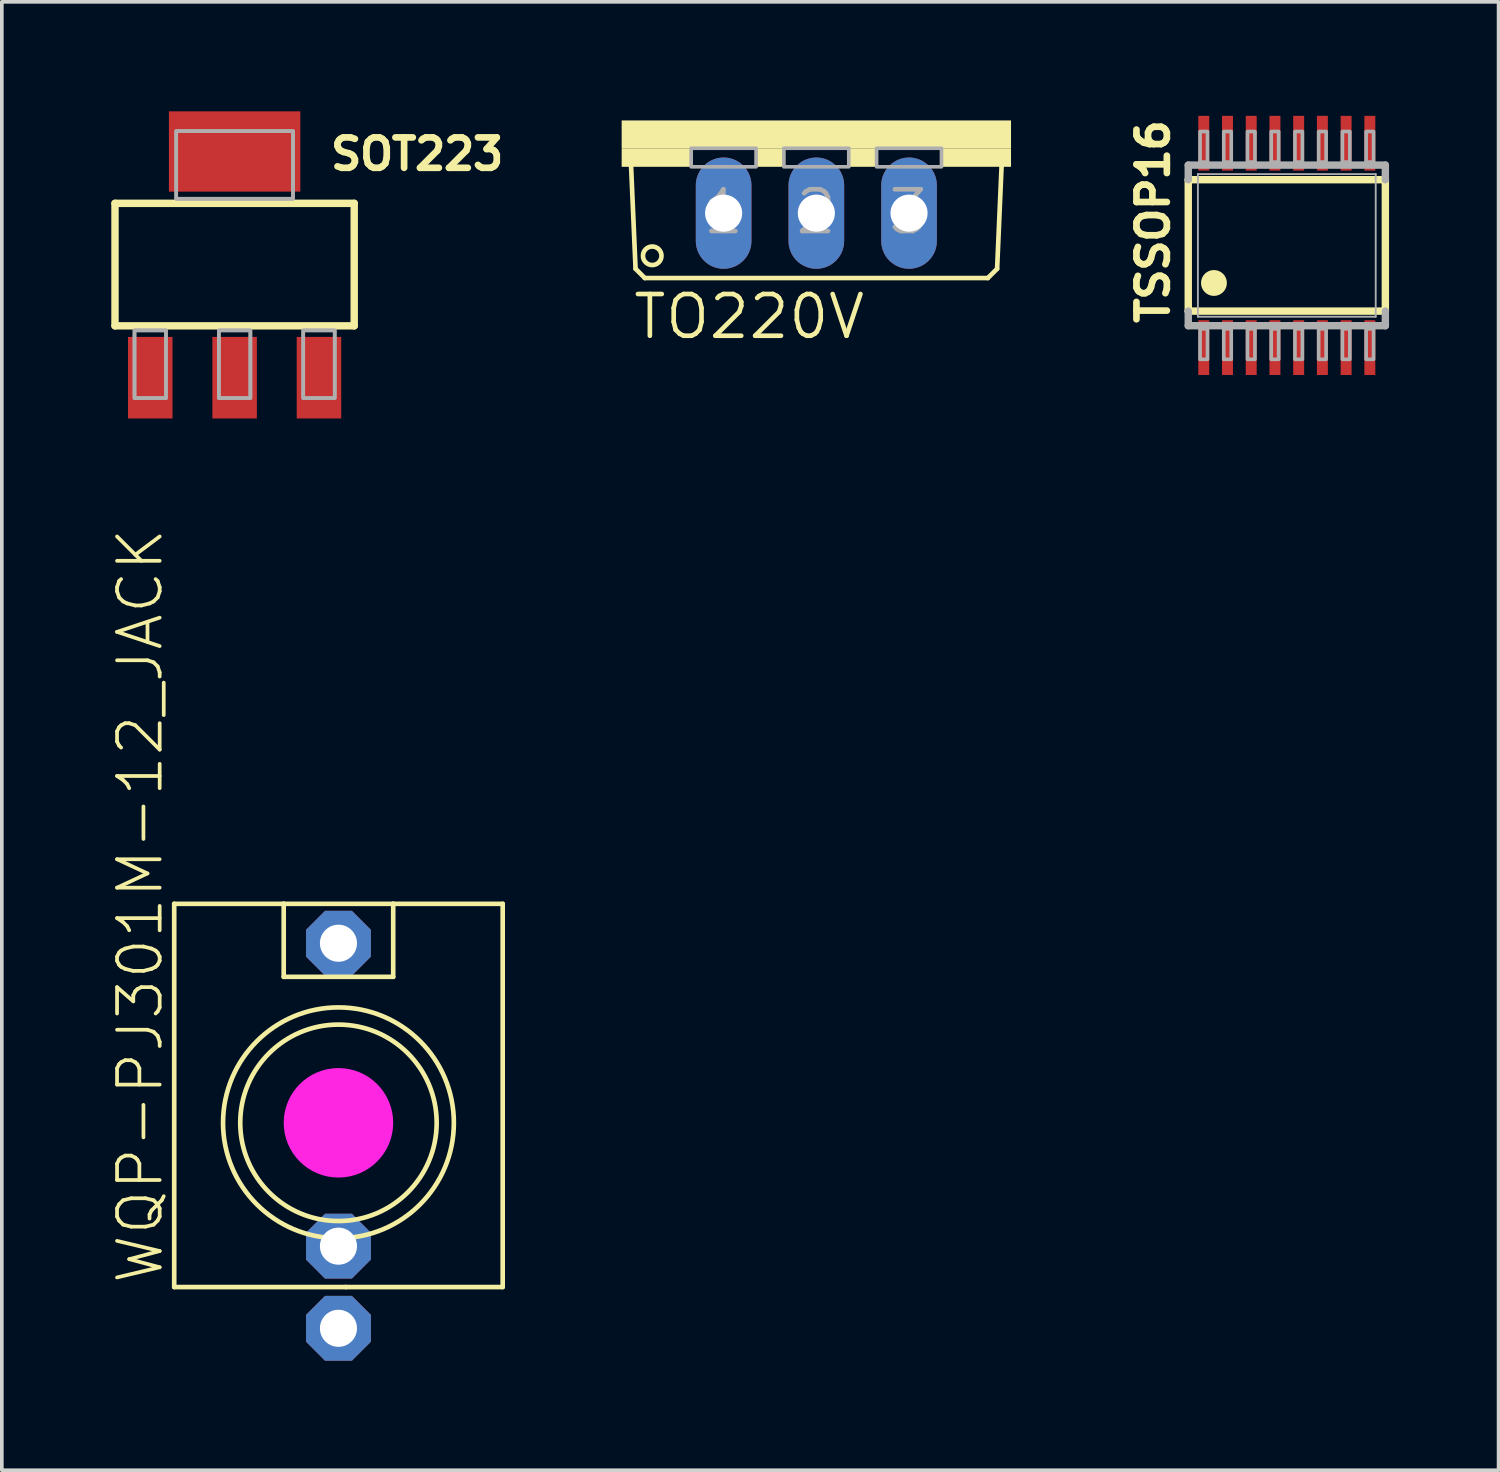
<source format=kicad_pcb>
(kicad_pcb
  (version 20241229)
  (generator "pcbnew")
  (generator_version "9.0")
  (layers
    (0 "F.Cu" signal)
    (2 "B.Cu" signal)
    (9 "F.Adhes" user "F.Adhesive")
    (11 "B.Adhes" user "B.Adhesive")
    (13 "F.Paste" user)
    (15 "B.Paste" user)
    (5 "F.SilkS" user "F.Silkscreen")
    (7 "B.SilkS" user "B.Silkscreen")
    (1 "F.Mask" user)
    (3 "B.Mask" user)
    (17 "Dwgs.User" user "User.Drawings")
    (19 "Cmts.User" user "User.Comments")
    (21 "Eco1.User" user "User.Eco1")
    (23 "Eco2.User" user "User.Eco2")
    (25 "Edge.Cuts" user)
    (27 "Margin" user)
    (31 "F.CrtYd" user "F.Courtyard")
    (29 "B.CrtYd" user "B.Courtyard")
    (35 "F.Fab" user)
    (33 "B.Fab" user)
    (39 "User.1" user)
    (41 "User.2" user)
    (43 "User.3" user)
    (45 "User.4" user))
  (footprint "TO220V"
    (layer "F.Cu")
    (at 19.316 0.25)
    (property "Reference" "TO220V" (at -5.08 6.045 0) (layer "F.SilkS") (effects (font (size 1.143 1.143) (thickness 0.127)) (justify left bottom)))
    (fp_line (start -4.953 4.064) (end -5.08 1.143) (stroke (width 0.127) (type solid)) (layer "F.SilkS"))
    (fp_line (start -4.953 4.064) (end -4.699 4.318) (stroke (width 0.127) (type solid)) (layer "F.SilkS"))
    (fp_line (start 4.699 4.318) (end -4.699 4.318) (stroke (width 0.127) (type solid)) (layer "F.SilkS"))
    (fp_line (start 4.699 4.318) (end 4.953 4.064) (stroke (width 0.127) (type solid)) (layer "F.SilkS"))
    (fp_line (start 5.08 1.143) (end 4.953 4.064) (stroke (width 0.127) (type solid)) (layer "F.SilkS"))
    (fp_circle (center -4.496 3.708) (end -4.242 3.708) (stroke (width 0.127) (type solid)) (fill no) (layer "F.SilkS"))
    (fp_poly (pts (xy -5.334 0.762) (xy 5.334 0.762) (xy 5.334 0) (xy -5.334 0)) (stroke (width 0) (type solid)) (fill yes) (layer "F.SilkS"))
    (fp_poly (pts (xy -5.334 1.27) (xy -3.429 1.27) (xy -3.429 0.762) (xy -5.334 0.762)) (stroke (width 0) (type solid)) (fill yes) (layer "F.SilkS"))
    (fp_poly (pts (xy -1.651 1.27) (xy -0.889 1.27) (xy -0.889 0.762) (xy -1.651 0.762)) (stroke (width 0) (type solid)) (fill yes) (layer "F.SilkS"))
    (fp_poly (pts (xy 0.889 1.27) (xy 1.651 1.27) (xy 1.651 0.762) (xy 0.889 0.762)) (stroke (width 0) (type solid)) (fill yes) (layer "F.SilkS"))
    (fp_poly (pts (xy 3.429 1.27) (xy 5.334 1.27) (xy 5.334 0.762) (xy 3.429 0.762)) (stroke (width 0) (type solid)) (fill yes) (layer "F.SilkS"))
    (fp_poly (pts (xy -3.429 1.27) (xy -1.651 1.27) (xy -1.651 0.762) (xy -3.429 0.762)) (stroke (width 0.1) (type solid)) (fill no) (layer "F.Fab"))
    (fp_poly (pts (xy -0.889 1.27) (xy 0.889 1.27) (xy 0.889 0.762) (xy -0.889 0.762)) (stroke (width 0.1) (type solid)) (fill no) (layer "F.Fab"))
    (fp_poly (pts (xy 1.651 1.27) (xy 3.429 1.27) (xy 3.429 0.762) (xy 1.651 0.762)) (stroke (width 0.1) (type solid)) (fill no) (layer "F.Fab"))
    (fp_text user "3" (at 1.905 3.175 0) (layer "F.Fab") (effects (font (size 1.143 1.143) (thickness 0.127)) (justify left bottom)))
    (fp_text user "2" (at -0.635 3.175 0) (layer "F.Fab") (effects (font (size 1.143 1.143) (thickness 0.127)) (justify left bottom)))
    (fp_text user "1" (at -3.175 3.175 0) (layer "F.Fab") (effects (font (size 1.143 1.143) (thickness 0.127)) (justify left bottom)))
    (pad "1" thru_hole oval (at -2.54 2.54 90) (size 3.048 1.524) (drill 1.016) (layers "*.Cu" "*.Mask"))
    (pad "2" thru_hole oval (at 0 2.54 90) (size 3.048 1.524) (drill 1.016) (layers "*.Cu" "*.Mask"))
    (pad "3" thru_hole oval (at 2.54 2.54 90) (size 3.048 1.524) (drill 1.016) (layers "*.Cu" "*.Mask")))
  (footprint "TSSOP16"
    (layer "F.Cu")
    (at 32.206 3.674)
    (property "Reference" "TSSOP16" (at -3.175 2.223 90) (layer "F.SilkS") (effects (font (size 0.833 0.833) (thickness 0.183)) (justify left bottom)))
    (fp_line (start -2.7 1.8) (end -2.7 -1.8) (stroke (width 0.203) (type solid)) (layer "F.SilkS"))
    (fp_line (start 2.7 -1.8) (end -2.7 -1.8) (stroke (width 0.203) (type solid)) (layer "F.SilkS"))
    (fp_line (start 2.7 -1.8) (end 2.7 1.8) (stroke (width 0.203) (type solid)) (layer "F.SilkS"))
    (fp_line (start 2.7 1.8) (end -2.7 1.8) (stroke (width 0.203) (type solid)) (layer "F.SilkS"))
    (fp_circle (center -1.996 1.029) (end -1.819 1.029) (stroke (width 0.355) (type solid)) (fill yes) (layer "F.SilkS"))
    (fp_line (start -2.7 -1.8) (end -2.7 -2.2) (stroke (width 0.203) (type solid)) (layer "F.Fab"))
    (fp_line (start -2.7 2.2) (end -2.7 1.8) (stroke (width 0.203) (type solid)) (layer "F.Fab"))
    (fp_line (start -2.7 2.2) (end 2.7 2.2) (stroke (width 0.203) (type solid)) (layer "F.Fab"))
    (fp_line (start -2.436 1.954) (end -2.436 -1.954) (stroke (width 0.051) (type solid)) (layer "F.Fab"))
    (fp_line (start -2.436 1.954) (end 2.436 1.954) (stroke (width 0.051) (type solid)) (layer "F.Fab"))
    (fp_line (start 2.436 -1.954) (end -2.436 -1.954) (stroke (width 0.051) (type solid)) (layer "F.Fab"))
    (fp_line (start 2.436 -1.954) (end 2.436 1.954) (stroke (width 0.051) (type solid)) (layer "F.Fab"))
    (fp_line (start 2.7 -2.2) (end -2.7 -2.2) (stroke (width 0.203) (type solid)) (layer "F.Fab"))
    (fp_line (start 2.7 -2.2) (end 2.7 -1.8) (stroke (width 0.203) (type solid)) (layer "F.Fab"))
    (fp_line (start 2.7 1.8) (end 2.7 2.2) (stroke (width 0.203) (type solid)) (layer "F.Fab"))
    (fp_poly (pts (xy -2.377 -2.283) (xy -2.173 -2.283) (xy -2.173 -3.121) (xy -2.377 -3.121)) (stroke (width 0.1) (type solid)) (fill no) (layer "F.Fab"))
    (fp_poly (pts (xy -2.377 3.121) (xy -2.173 3.121) (xy -2.173 2.283) (xy -2.377 2.283)) (stroke (width 0.1) (type solid)) (fill no) (layer "F.Fab"))
    (fp_poly (pts (xy -1.727 -2.283) (xy -1.523 -2.283) (xy -1.523 -3.121) (xy -1.727 -3.121)) (stroke (width 0.1) (type solid)) (fill no) (layer "F.Fab"))
    (fp_poly (pts (xy -1.727 3.121) (xy -1.523 3.121) (xy -1.523 2.283) (xy -1.727 2.283)) (stroke (width 0.1) (type solid)) (fill no) (layer "F.Fab"))
    (fp_poly (pts (xy -1.077 -2.283) (xy -0.873 -2.283) (xy -0.873 -3.121) (xy -1.077 -3.121)) (stroke (width 0.1) (type solid)) (fill no) (layer "F.Fab"))
    (fp_poly (pts (xy -1.077 3.121) (xy -0.873 3.121) (xy -0.873 2.283) (xy -1.077 2.283)) (stroke (width 0.1) (type solid)) (fill no) (layer "F.Fab"))
    (fp_poly (pts (xy -0.427 -2.283) (xy -0.223 -2.283) (xy -0.223 -3.121) (xy -0.427 -3.121)) (stroke (width 0.1) (type solid)) (fill no) (layer "F.Fab"))
    (fp_poly (pts (xy -0.427 3.121) (xy -0.223 3.121) (xy -0.223 2.283) (xy -0.427 2.283)) (stroke (width 0.1) (type solid)) (fill no) (layer "F.Fab"))
    (fp_poly (pts (xy 0.223 -2.283) (xy 0.427 -2.283) (xy 0.427 -3.121) (xy 0.223 -3.121)) (stroke (width 0.1) (type solid)) (fill no) (layer "F.Fab"))
    (fp_poly (pts (xy 0.223 3.121) (xy 0.427 3.121) (xy 0.427 2.283) (xy 0.223 2.283)) (stroke (width 0.1) (type solid)) (fill no) (layer "F.Fab"))
    (fp_poly (pts (xy 0.873 -2.283) (xy 1.077 -2.283) (xy 1.077 -3.121) (xy 0.873 -3.121)) (stroke (width 0.1) (type solid)) (fill no) (layer "F.Fab"))
    (fp_poly (pts (xy 0.873 3.121) (xy 1.077 3.121) (xy 1.077 2.283) (xy 0.873 2.283)) (stroke (width 0.1) (type solid)) (fill no) (layer "F.Fab"))
    (fp_poly (pts (xy 1.523 -2.283) (xy 1.727 -2.283) (xy 1.727 -3.121) (xy 1.523 -3.121)) (stroke (width 0.1) (type solid)) (fill no) (layer "F.Fab"))
    (fp_poly (pts (xy 1.523 3.121) (xy 1.727 3.121) (xy 1.727 2.283) (xy 1.523 2.283)) (stroke (width 0.1) (type solid)) (fill no) (layer "F.Fab"))
    (fp_poly (pts (xy 2.173 -2.283) (xy 2.377 -2.283) (xy 2.377 -3.121) (xy 2.173 -3.121)) (stroke (width 0.1) (type solid)) (fill no) (layer "F.Fab"))
    (fp_poly (pts (xy 2.173 3.121) (xy 2.377 3.121) (xy 2.377 2.283) (xy 2.173 2.283)) (stroke (width 0.1) (type solid)) (fill no) (layer "F.Fab"))
    (pad "1" smd rect (at -2.275 2.8) (size 0.3 1.5) (layers "F.Cu" "F.Mask" "F.Paste"))
    (pad "2" smd rect (at -1.625 2.8) (size 0.3 1.5) (layers "F.Cu" "F.Mask" "F.Paste"))
    (pad "3" smd rect (at -0.975 2.8) (size 0.3 1.5) (layers "F.Cu" "F.Mask" "F.Paste"))
    (pad "4" smd rect (at -0.325 2.8) (size 0.3 1.5) (layers "F.Cu" "F.Mask" "F.Paste"))
    (pad "5" smd rect (at 0.325 2.8) (size 0.3 1.5) (layers "F.Cu" "F.Mask" "F.Paste"))
    (pad "6" smd rect (at 0.975 2.8) (size 0.3 1.5) (layers "F.Cu" "F.Mask" "F.Paste"))
    (pad "7" smd rect (at 1.625 2.8) (size 0.3 1.5) (layers "F.Cu" "F.Mask" "F.Paste"))
    (pad "8" smd rect (at 2.275 2.8) (size 0.3 1.5) (layers "F.Cu" "F.Mask" "F.Paste"))
    (pad "9" smd rect (at 2.275 -2.8) (size 0.3 1.5) (layers "F.Cu" "F.Mask" "F.Paste"))
    (pad "10" smd rect (at 1.625 -2.8) (size 0.3 1.5) (layers "F.Cu" "F.Mask" "F.Paste"))
    (pad "11" smd rect (at 0.975 -2.8) (size 0.3 1.5) (layers "F.Cu" "F.Mask" "F.Paste"))
    (pad "12" smd rect (at 0.325 -2.8) (size 0.3 1.5) (layers "F.Cu" "F.Mask" "F.Paste"))
    (pad "13" smd rect (at -0.325 -2.8) (size 0.3 1.5) (layers "F.Cu" "F.Mask" "F.Paste"))
    (pad "14" smd rect (at -0.975 -2.8) (size 0.3 1.5) (layers "F.Cu" "F.Mask" "F.Paste"))
    (pad "15" smd rect (at -1.625 -2.8) (size 0.3 1.5) (layers "F.Cu" "F.Mask" "F.Paste"))
    (pad "16" smd rect (at -2.275 -2.8) (size 0.3 1.5) (layers "F.Cu" "F.Mask" "F.Paste")))
  (footprint "WQP-PJ301M-12_JACK"
    (layer "F.Cu")
    (at 6.223 27.713)
    (property "Reference" "WQP-PJ301M-12_JACK" (at -4.75 4.47 90) (layer "F.SilkS") (effects (font (size 1.168 1.168) (thickness 0.102)) (justify left bottom)))
    (fp_circle (center 0 0) (end 0.75 0) (stroke (width 1.5) (type solid)) (fill yes) (layer "F.Mask"))
    (fp_line (start -4.5 -6) (end -4.5 4.5) (stroke (width 0.127) (type solid)) (layer "F.SilkS"))
    (fp_line (start -4.5 -6) (end -1.5 -6) (stroke (width 0.127) (type solid)) (layer "F.SilkS"))
    (fp_line (start -4.5 4.5) (end 0.2 4.5) (stroke (width 0.127) (type solid)) (layer "F.SilkS"))
    (fp_line (start -1.5 -6) (end -1.5 -4) (stroke (width 0.127) (type solid)) (layer "F.SilkS"))
    (fp_line (start -1.5 -6) (end 1.5 -6) (stroke (width 0.127) (type solid)) (layer "F.SilkS"))
    (fp_line (start -1.5 -4) (end 1.5 -4) (stroke (width 0.127) (type solid)) (layer "F.SilkS"))
    (fp_line (start 0.2 4.5) (end 4.5 4.5) (stroke (width 0.127) (type solid)) (layer "F.SilkS"))
    (fp_line (start 1.5 -6) (end 4.5 -6) (stroke (width 0.127) (type solid)) (layer "F.SilkS"))
    (fp_line (start 1.5 -4) (end 1.5 -6) (stroke (width 0.127) (type solid)) (layer "F.SilkS"))
    (fp_line (start 4.5 4.5) (end 4.5 -6) (stroke (width 0.127) (type solid)) (layer "F.SilkS"))
    (fp_circle (center 0 0) (end 2.691 0) (stroke (width 0.127) (type solid)) (fill no) (layer "F.SilkS"))
    (fp_circle (center 0 0) (end 3.162 0) (stroke (width 0.127) (type solid)) (fill no) (layer "F.SilkS"))
    (fp_circle (center 0 0) (end 0.75 0) (stroke (width 1.5) (type solid)) (fill no) (layer "F.CrtYd"))
    (pad "SLEEVE" thru_hole roundrect (at 0 5.63) (size 1.778 1.778) (drill 1.016) (layers "*.Cu" "*.Mask") (roundrect_rratio 0.25) (chamfer_ratio 0.293) (chamfer top_left top_right bottom_left bottom_right))
    (pad "TIP" thru_hole roundrect (at 0 -4.92) (size 1.778 1.778) (drill 1.016) (layers "*.Cu" "*.Mask") (roundrect_rratio 0.25) (chamfer_ratio 0.293) (chamfer top_left top_right bottom_left bottom_right))
    (pad "TS" thru_hole roundrect (at 0 3.38) (size 1.778 1.778) (drill 1.016) (layers "*.Cu" "*.Mask") (roundrect_rratio 0.25) (chamfer_ratio 0.293) (chamfer top_left top_right bottom_left bottom_right)))
  (footprint "SOT223"
    (layer "F.Cu")
    (at 3.378 4.199)
    (property "Reference" "SOT223" (at 2.54 -2.54 0) (layer "F.SilkS") (effects (font (size 0.833 0.833) (thickness 0.183)) (justify left bottom)))
    (fp_line (start -3.277 -1.678) (end 3.277 -1.678) (stroke (width 0.203) (type solid)) (layer "F.SilkS"))
    (fp_line (start -3.277 1.678) (end -3.277 -1.678) (stroke (width 0.203) (type solid)) (layer "F.SilkS"))
    (fp_line (start 3.277 -1.678) (end 3.277 1.678) (stroke (width 0.203) (type solid)) (layer "F.SilkS"))
    (fp_line (start 3.277 1.678) (end -3.277 1.678) (stroke (width 0.203) (type solid)) (layer "F.SilkS"))
    (fp_poly (pts (xy -2.743 3.658) (xy -1.88 3.658) (xy -1.88 1.803) (xy -2.743 1.803)) (stroke (width 0.1) (type solid)) (fill no) (layer "F.Fab"))
    (fp_poly (pts (xy -2.743 3.658) (xy -1.88 3.658) (xy -1.88 1.803) (xy -2.743 1.803)) (stroke (width 0.1) (type solid)) (fill no) (layer "F.Fab"))
    (fp_poly (pts (xy -1.6 -1.803) (xy 1.6 -1.803) (xy 1.6 -3.658) (xy -1.6 -3.658)) (stroke (width 0.1) (type solid)) (fill no) (layer "F.Fab"))
    (fp_poly (pts (xy -1.6 -1.803) (xy 1.6 -1.803) (xy 1.6 -3.658) (xy -1.6 -3.658)) (stroke (width 0.1) (type solid)) (fill no) (layer "F.Fab"))
    (fp_poly (pts (xy -0.432 3.658) (xy 0.432 3.658) (xy 0.432 1.803) (xy -0.432 1.803)) (stroke (width 0.1) (type solid)) (fill no) (layer "F.Fab"))
    (fp_poly (pts (xy -0.432 3.658) (xy 0.432 3.658) (xy 0.432 1.803) (xy -0.432 1.803)) (stroke (width 0.1) (type solid)) (fill no) (layer "F.Fab"))
    (fp_poly (pts (xy 1.88 3.658) (xy 2.743 3.658) (xy 2.743 1.803) (xy 1.88 1.803)) (stroke (width 0.1) (type solid)) (fill no) (layer "F.Fab"))
    (fp_poly (pts (xy 1.88 3.658) (xy 2.743 3.658) (xy 2.743 1.803) (xy 1.88 1.803)) (stroke (width 0.1) (type solid)) (fill no) (layer "F.Fab"))
    (pad "1" smd rect (at -2.311 3.099) (size 1.219 2.235) (layers "F.Cu" "F.Mask" "F.Paste"))
    (pad "2" smd rect (at 0 3.099) (size 1.219 2.235) (layers "F.Cu" "F.Mask" "F.Paste"))
    (pad "3" smd rect (at 2.311 3.099) (size 1.219 2.235) (layers "F.Cu" "F.Mask" "F.Paste"))
    (pad "4" smd rect (at 0 -3.099) (size 3.6 2.2) (layers "F.Cu" "F.Mask" "F.Paste")))
  (gr_rect
    (start -3 -3)
    (end 38.008 37.232)
    (stroke (width 0.1) (type default))
    (fill no)
    (layer "Edge.Cuts")))
</source>
